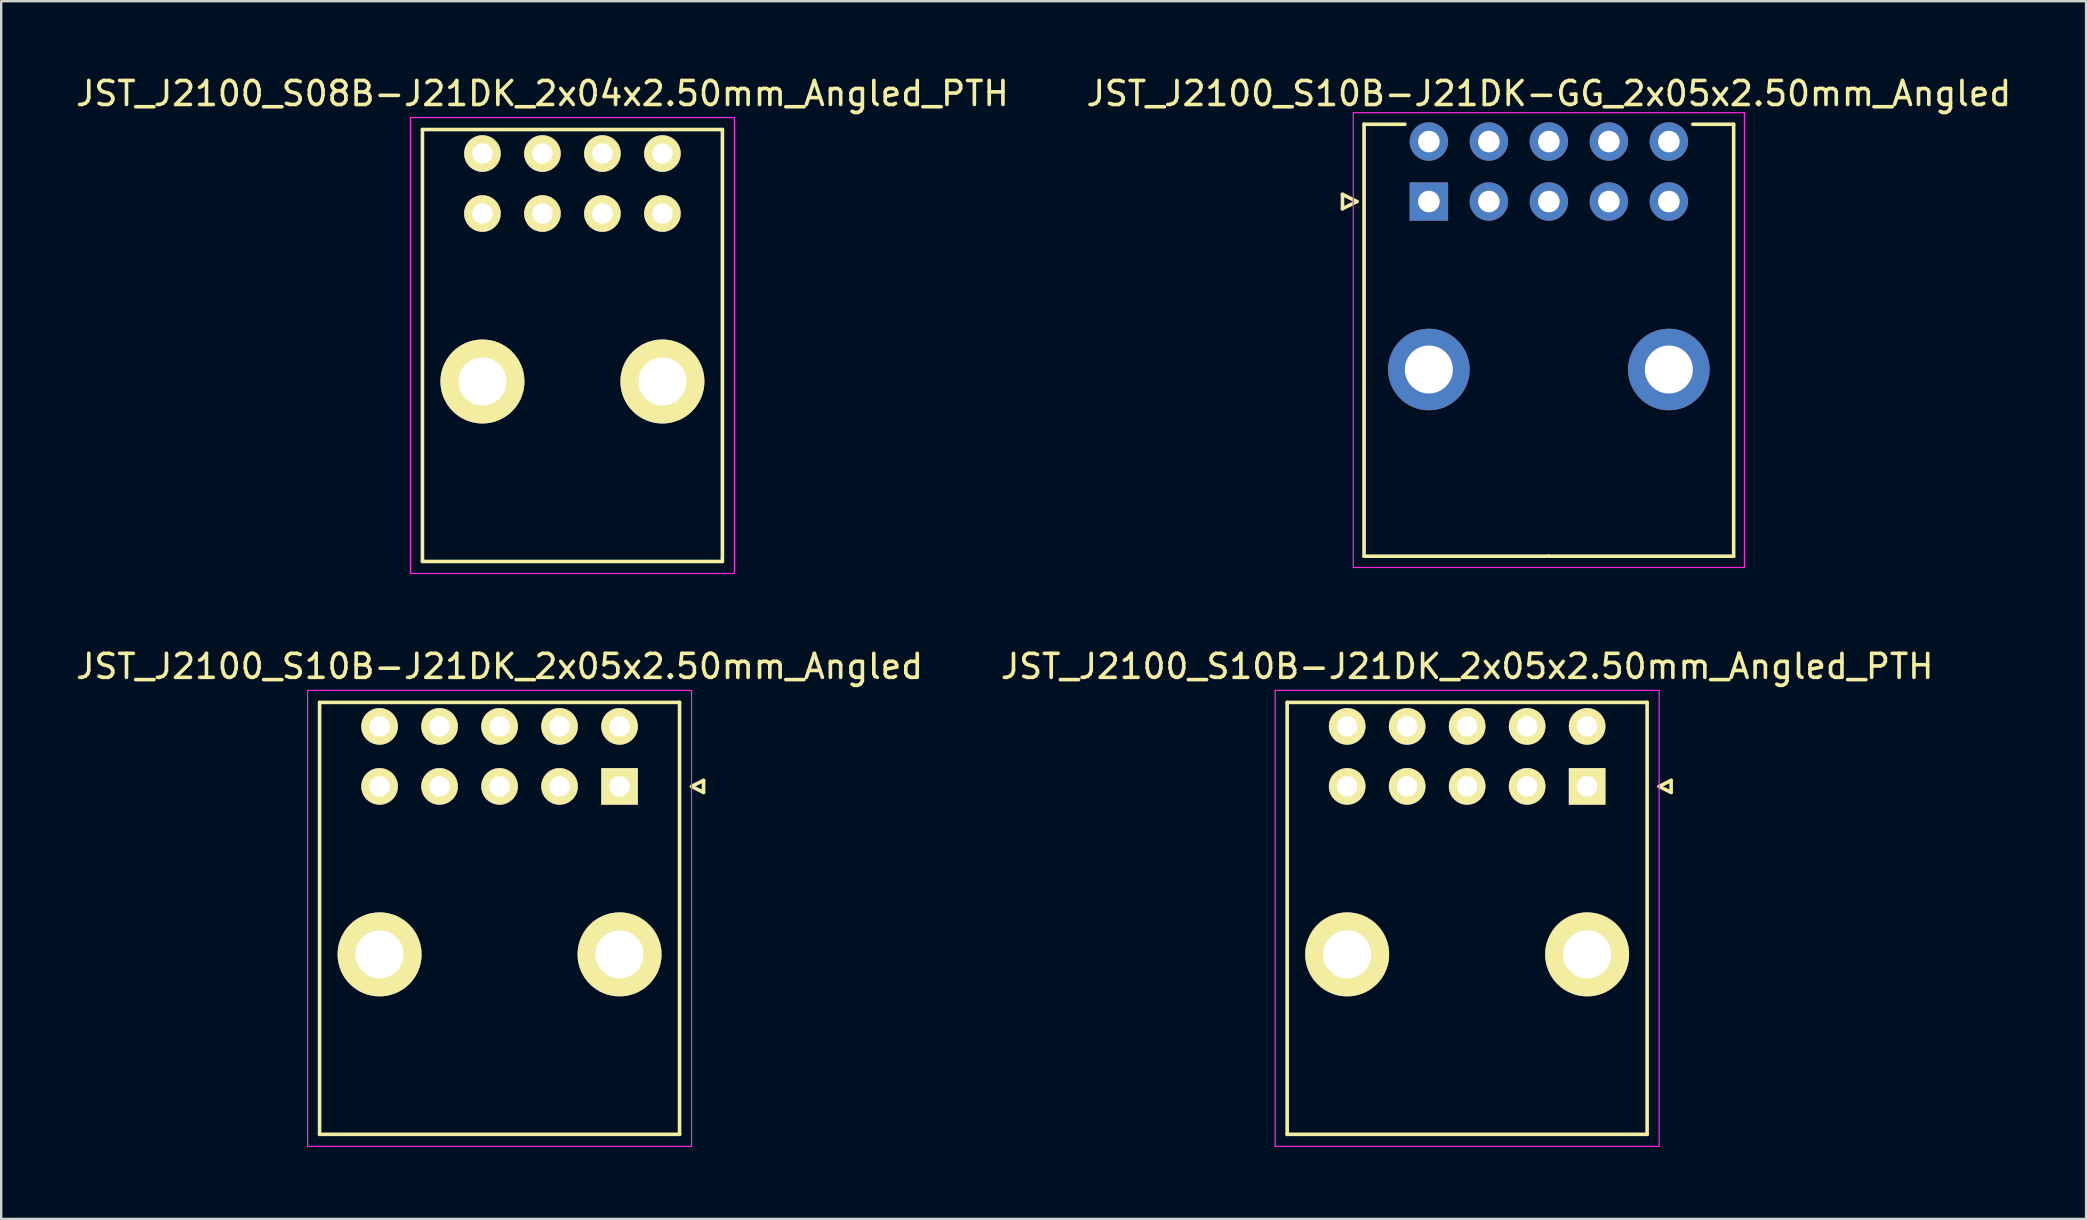
<source format=kicad_pcb>
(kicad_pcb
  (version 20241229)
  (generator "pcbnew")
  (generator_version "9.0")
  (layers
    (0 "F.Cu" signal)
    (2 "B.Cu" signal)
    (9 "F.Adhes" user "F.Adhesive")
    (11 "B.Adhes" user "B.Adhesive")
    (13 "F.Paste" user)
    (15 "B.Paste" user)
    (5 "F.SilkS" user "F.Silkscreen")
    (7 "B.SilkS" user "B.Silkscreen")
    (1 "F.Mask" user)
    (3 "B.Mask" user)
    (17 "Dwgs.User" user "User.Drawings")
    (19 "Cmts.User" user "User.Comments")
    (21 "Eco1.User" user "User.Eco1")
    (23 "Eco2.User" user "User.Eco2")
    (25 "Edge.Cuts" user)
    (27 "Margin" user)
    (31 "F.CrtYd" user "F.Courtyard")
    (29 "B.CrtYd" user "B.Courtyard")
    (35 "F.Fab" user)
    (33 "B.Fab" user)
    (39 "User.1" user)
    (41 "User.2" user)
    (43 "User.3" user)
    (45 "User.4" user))
  (footprint "JST_J2100_S10B-J21DK_2x05x2.50mm_Angled_PTH"
    (layer "F.Cu")
    (at 63.089 29.721)
    (property "Reference" "JST_J2100_S10B-J21DK_2x05x2.50mm_Angled_PTH" (at -5 -5 0) (layer "F.SilkS") (effects (font (size 1 1) (thickness 0.15))))
    (attr through_hole)
    (fp_line (start -12.5 -3.5) (end -12.5 14.5) (stroke (width 0.15) (type solid)) (layer "F.SilkS"))
    (fp_line (start 2.5 -3.5) (end -12.5 -3.5) (stroke (width 0.15) (type solid)) (layer "F.SilkS"))
    (fp_line (start 2.5 -3.5) (end 2.5 14.5) (stroke (width 0.15) (type solid)) (layer "F.SilkS"))
    (fp_line (start 2.5 14.5) (end -12.5 14.5) (stroke (width 0.15) (type solid)) (layer "F.SilkS"))
    (fp_line (start 3 0) (end 3.5 -0.25) (stroke (width 0.15) (type solid)) (layer "F.SilkS"))
    (fp_line (start 3.5 -0.25) (end 3.5 0.25) (stroke (width 0.15) (type solid)) (layer "F.SilkS"))
    (fp_line (start 3.5 0.25) (end 3 0) (stroke (width 0.15) (type solid)) (layer "F.SilkS"))
    (fp_line (start -13 -4) (end -13 15) (stroke (width 0.05) (type solid)) (layer "F.CrtYd"))
    (fp_line (start -13 15) (end 3 15) (stroke (width 0.05) (type solid)) (layer "F.CrtYd"))
    (fp_line (start 3 -4) (end -13 -4) (stroke (width 0.05) (type solid)) (layer "F.CrtYd"))
    (fp_line (start 3 15) (end 3 -4) (stroke (width 0.05) (type solid)) (layer "F.CrtYd"))
    (pad "" np_thru_hole circle (at -10 7) (size 3.5 3.5) (drill 2) (layers "*.Cu" "*.Mask" "F.SilkS"))
    (pad "" np_thru_hole circle (at 0 7) (size 3.5 3.5) (drill 2) (layers "*.Cu" "*.Mask" "F.SilkS"))
    (pad "1" thru_hole rect (at 0 0) (size 1.524 1.524) (drill 0.85) (layers "*.Cu" "*.Mask" "F.SilkS"))
    (pad "2" thru_hole circle (at 0 -2.5) (size 1.524 1.524) (drill 0.85) (layers "*.Cu" "*.Mask" "F.SilkS"))
    (pad "3" thru_hole circle (at -2.5 0) (size 1.524 1.524) (drill 0.85) (layers "*.Cu" "*.Mask" "F.SilkS"))
    (pad "4" thru_hole circle (at -2.5 -2.5) (size 1.524 1.524) (drill 0.85) (layers "*.Cu" "*.Mask" "F.SilkS"))
    (pad "5" thru_hole circle (at -5 0) (size 1.524 1.524) (drill 0.85) (layers "*.Cu" "*.Mask" "F.SilkS"))
    (pad "6" thru_hole circle (at -5 -2.5) (size 1.524 1.524) (drill 0.85) (layers "*.Cu" "*.Mask" "F.SilkS"))
    (pad "7" thru_hole circle (at -7.5 0) (size 1.524 1.524) (drill 0.85) (layers "*.Cu" "*.Mask" "F.SilkS"))
    (pad "8" thru_hole circle (at -7.5 -2.5) (size 1.524 1.524) (drill 0.85) (layers "*.Cu" "*.Mask" "F.SilkS"))
    (pad "9" thru_hole circle (at -10 0) (size 1.524 1.524) (drill 0.85) (layers "*.Cu" "*.Mask" "F.SilkS"))
    (pad "10" thru_hole circle (at -10 -2.5) (size 1.524 1.524) (drill 0.85) (layers "*.Cu" "*.Mask" "F.SilkS")))
  (footprint "JST_J2100_S10B-J21DK_2x05x2.50mm_Angled"
    (layer "F.Cu")
    (at 22.768 29.721)
    (property "Reference" "JST_J2100_S10B-J21DK_2x05x2.50mm_Angled" (at -5 -5 0) (layer "F.SilkS") (effects (font (size 1 1) (thickness 0.15))))
    (attr through_hole)
    (fp_line (start -12.5 -3.5) (end -12.5 14.5) (stroke (width 0.15) (type solid)) (layer "F.SilkS"))
    (fp_line (start 2.5 -3.5) (end -12.5 -3.5) (stroke (width 0.15) (type solid)) (layer "F.SilkS"))
    (fp_line (start 2.5 -3.5) (end 2.5 14.5) (stroke (width 0.15) (type solid)) (layer "F.SilkS"))
    (fp_line (start 2.5 14.5) (end -12.5 14.5) (stroke (width 0.15) (type solid)) (layer "F.SilkS"))
    (fp_line (start 3 0) (end 3.5 -0.25) (stroke (width 0.15) (type solid)) (layer "F.SilkS"))
    (fp_line (start 3.5 -0.25) (end 3.5 0.25) (stroke (width 0.15) (type solid)) (layer "F.SilkS"))
    (fp_line (start 3.5 0.25) (end 3 0) (stroke (width 0.15) (type solid)) (layer "F.SilkS"))
    (fp_line (start -13 -4) (end -13 15) (stroke (width 0.05) (type solid)) (layer "F.CrtYd"))
    (fp_line (start -13 15) (end 3 15) (stroke (width 0.05) (type solid)) (layer "F.CrtYd"))
    (fp_line (start 3 -4) (end -13 -4) (stroke (width 0.05) (type solid)) (layer "F.CrtYd"))
    (fp_line (start 3 15) (end 3 -4) (stroke (width 0.05) (type solid)) (layer "F.CrtYd"))
    (pad "" np_thru_hole circle (at -10 7) (size 3.5 3.5) (drill 2) (layers "*.Cu" "*.Mask" "F.SilkS"))
    (pad "" np_thru_hole circle (at 0 7) (size 3.5 3.5) (drill 2) (layers "*.Cu" "*.Mask" "F.SilkS"))
    (pad "1" thru_hole rect (at 0 0) (size 1.524 1.524) (drill 0.85) (layers "*.Cu" "*.Mask" "F.SilkS"))
    (pad "2" thru_hole circle (at 0 -2.5) (size 1.524 1.524) (drill 0.85) (layers "*.Cu" "*.Mask" "F.SilkS"))
    (pad "3" thru_hole circle (at -2.5 0) (size 1.524 1.524) (drill 0.85) (layers "*.Cu" "*.Mask" "F.SilkS"))
    (pad "4" thru_hole circle (at -2.5 -2.5) (size 1.524 1.524) (drill 0.85) (layers "*.Cu" "*.Mask" "F.SilkS"))
    (pad "5" thru_hole circle (at -5 0) (size 1.524 1.524) (drill 0.85) (layers "*.Cu" "*.Mask" "F.SilkS"))
    (pad "6" thru_hole circle (at -5 -2.5) (size 1.524 1.524) (drill 0.85) (layers "*.Cu" "*.Mask" "F.SilkS"))
    (pad "7" thru_hole circle (at -7.5 0) (size 1.524 1.524) (drill 0.85) (layers "*.Cu" "*.Mask" "F.SilkS"))
    (pad "8" thru_hole circle (at -7.5 -2.5) (size 1.524 1.524) (drill 0.85) (layers "*.Cu" "*.Mask" "F.SilkS"))
    (pad "9" thru_hole circle (at -10 0) (size 1.524 1.524) (drill 0.85) (layers "*.Cu" "*.Mask" "F.SilkS"))
    (pad "10" thru_hole circle (at -10 -2.5) (size 1.524 1.524) (drill 0.85) (layers "*.Cu" "*.Mask" "F.SilkS")))
  (footprint "JST_J2100_S10B-J21DK-GG_2x05x2.50mm_Angled"
    (layer "F.Cu")
    (at 56.494 5.348)
    (property "Reference" "JST_J2100_S10B-J21DK-GG_2x05x2.50mm_Angled" (at 5 -4.5 0) (layer "F.SilkS") (effects (font (size 1 1) (thickness 0.15))))
    (attr through_hole)
    (fp_line (start -3.6 -0.3) (end -3 0) (stroke (width 0.15) (type solid)) (layer "F.SilkS"))
    (fp_line (start -3.6 0.3) (end -3.6 -0.3) (stroke (width 0.15) (type solid)) (layer "F.SilkS"))
    (fp_line (start -3 0) (end -3.6 0.3) (stroke (width 0.15) (type solid)) (layer "F.SilkS"))
    (fp_line (start -2.7 -3.22) (end -2.7 14.78) (stroke (width 0.15) (type solid)) (layer "F.SilkS"))
    (fp_line (start -2.7 14.78) (end 5 14.78) (stroke (width 0.15) (type solid)) (layer "F.SilkS"))
    (fp_line (start -1 -3.22) (end -2.7 -3.22) (stroke (width 0.15) (type solid)) (layer "F.SilkS"))
    (fp_line (start 11 -3.22) (end 12.7 -3.22) (stroke (width 0.15) (type solid)) (layer "F.SilkS"))
    (fp_line (start 12.7 -3.22) (end 12.7 14.78) (stroke (width 0.15) (type solid)) (layer "F.SilkS"))
    (fp_line (start 12.7 14.78) (end 5 14.78) (stroke (width 0.15) (type solid)) (layer "F.SilkS"))
    (fp_line (start -3.15 -3.7) (end -3.15 15.25) (stroke (width 0.05) (type solid)) (layer "F.CrtYd"))
    (fp_line (start -3.15 15.25) (end 13.15 15.25) (stroke (width 0.05) (type solid)) (layer "F.CrtYd"))
    (fp_line (start 13.15 -3.7) (end -3.15 -3.7) (stroke (width 0.05) (type solid)) (layer "F.CrtYd"))
    (fp_line (start 13.15 15.25) (end 13.15 -3.7) (stroke (width 0.05) (type solid)) (layer "F.CrtYd"))
    (pad "" thru_hole circle (at 0 7) (size 3.4 3.4) (drill 2) (layers "*.Cu"))
    (pad "" thru_hole circle (at 10 7) (size 3.4 3.4) (drill 2) (layers "*.Cu"))
    (pad "1" thru_hole rect (at 0 0) (size 1.6 1.6) (drill 0.9) (layers "*.Cu" "*.Mask"))
    (pad "2" thru_hole circle (at 0 -2.5) (size 1.6 1.6) (drill 0.9) (layers "*.Cu" "*.Mask"))
    (pad "3" thru_hole circle (at 2.5 0) (size 1.6 1.6) (drill 0.9) (layers "*.Cu" "*.Mask"))
    (pad "4" thru_hole circle (at 2.5 -2.5) (size 1.6 1.6) (drill 0.9) (layers "*.Cu" "*.Mask"))
    (pad "5" thru_hole circle (at 5 0) (size 1.6 1.6) (drill 0.9) (layers "*.Cu" "*.Mask"))
    (pad "6" thru_hole circle (at 5 -2.5) (size 1.6 1.6) (drill 0.9) (layers "*.Cu" "*.Mask"))
    (pad "7" thru_hole circle (at 7.5 0) (size 1.6 1.6) (drill 0.9) (layers "*.Cu" "*.Mask"))
    (pad "8" thru_hole circle (at 7.5 -2.5) (size 1.6 1.6) (drill 0.9) (layers "*.Cu" "*.Mask"))
    (pad "9" thru_hole circle (at 10 0) (size 1.6 1.6) (drill 0.9) (layers "*.Cu" "*.Mask"))
    (pad "10" thru_hole circle (at 10 -2.5) (size 1.6 1.6) (drill 0.9) (layers "*.Cu" "*.Mask")))
  (footprint "JST_J2100_S08B-J21DK_2x04x2.50mm_Angled_PTH"
    (layer "F.Cu")
    (at 24.554 5.848)
    (property "Reference" "JST_J2100_S08B-J21DK_2x04x2.50mm_Angled_PTH" (at -5 -5 0) (layer "F.SilkS") (effects (font (size 1 1) (thickness 0.15))))
    (attr through_hole)
    (fp_line (start -10 -3.5) (end -10 14.5) (stroke (width 0.15) (type solid)) (layer "F.SilkS"))
    (fp_line (start 2.5 -3.5) (end -10 -3.5) (stroke (width 0.15) (type solid)) (layer "F.SilkS"))
    (fp_line (start 2.5 -3.5) (end 2.5 14.5) (stroke (width 0.15) (type solid)) (layer "F.SilkS"))
    (fp_line (start 2.5 14.5) (end -10 14.5) (stroke (width 0.15) (type solid)) (layer "F.SilkS"))
    (fp_line (start -10.5 -4) (end -10.5 15) (stroke (width 0.05) (type solid)) (layer "F.CrtYd"))
    (fp_line (start -10.5 15) (end 3 15) (stroke (width 0.05) (type solid)) (layer "F.CrtYd"))
    (fp_line (start 3 -4) (end -10.5 -4) (stroke (width 0.05) (type solid)) (layer "F.CrtYd"))
    (fp_line (start 3 15) (end 3 -4) (stroke (width 0.05) (type solid)) (layer "F.CrtYd"))
    (pad "" np_thru_hole circle (at -7.5 7) (size 3.5 3.5) (drill 2) (layers "*.Cu" "*.Mask" "F.SilkS"))
    (pad "" np_thru_hole circle (at 0 7) (size 3.5 3.5) (drill 2) (layers "*.Cu" "*.Mask" "F.SilkS"))
    (pad "1" thru_hole circle (at 0 0) (size 1.524 1.524) (drill 0.85) (layers "*.Cu" "*.Mask" "F.SilkS"))
    (pad "2" thru_hole circle (at 0 -2.5) (size 1.524 1.524) (drill 0.85) (layers "*.Cu" "*.Mask" "F.SilkS"))
    (pad "3" thru_hole circle (at -2.5 0) (size 1.524 1.524) (drill 0.85) (layers "*.Cu" "*.Mask" "F.SilkS"))
    (pad "4" thru_hole circle (at -2.5 -2.5) (size 1.524 1.524) (drill 0.85) (layers "*.Cu" "*.Mask" "F.SilkS"))
    (pad "5" thru_hole circle (at -5 0) (size 1.524 1.524) (drill 0.85) (layers "*.Cu" "*.Mask" "F.SilkS"))
    (pad "6" thru_hole circle (at -5 -2.5) (size 1.524 1.524) (drill 0.85) (layers "*.Cu" "*.Mask" "F.SilkS"))
    (pad "7" thru_hole circle (at -7.5 0) (size 1.524 1.524) (drill 0.85) (layers "*.Cu" "*.Mask" "F.SilkS"))
    (pad "8" thru_hole circle (at -7.5 -2.5) (size 1.524 1.524) (drill 0.85) (layers "*.Cu" "*.Mask" "F.SilkS")))
  (gr_rect
    (start -3 -3)
    (end 83.881 47.746)
    (stroke (width 0.1) (type default))
    (fill no)
    (layer "Edge.Cuts")))
</source>
